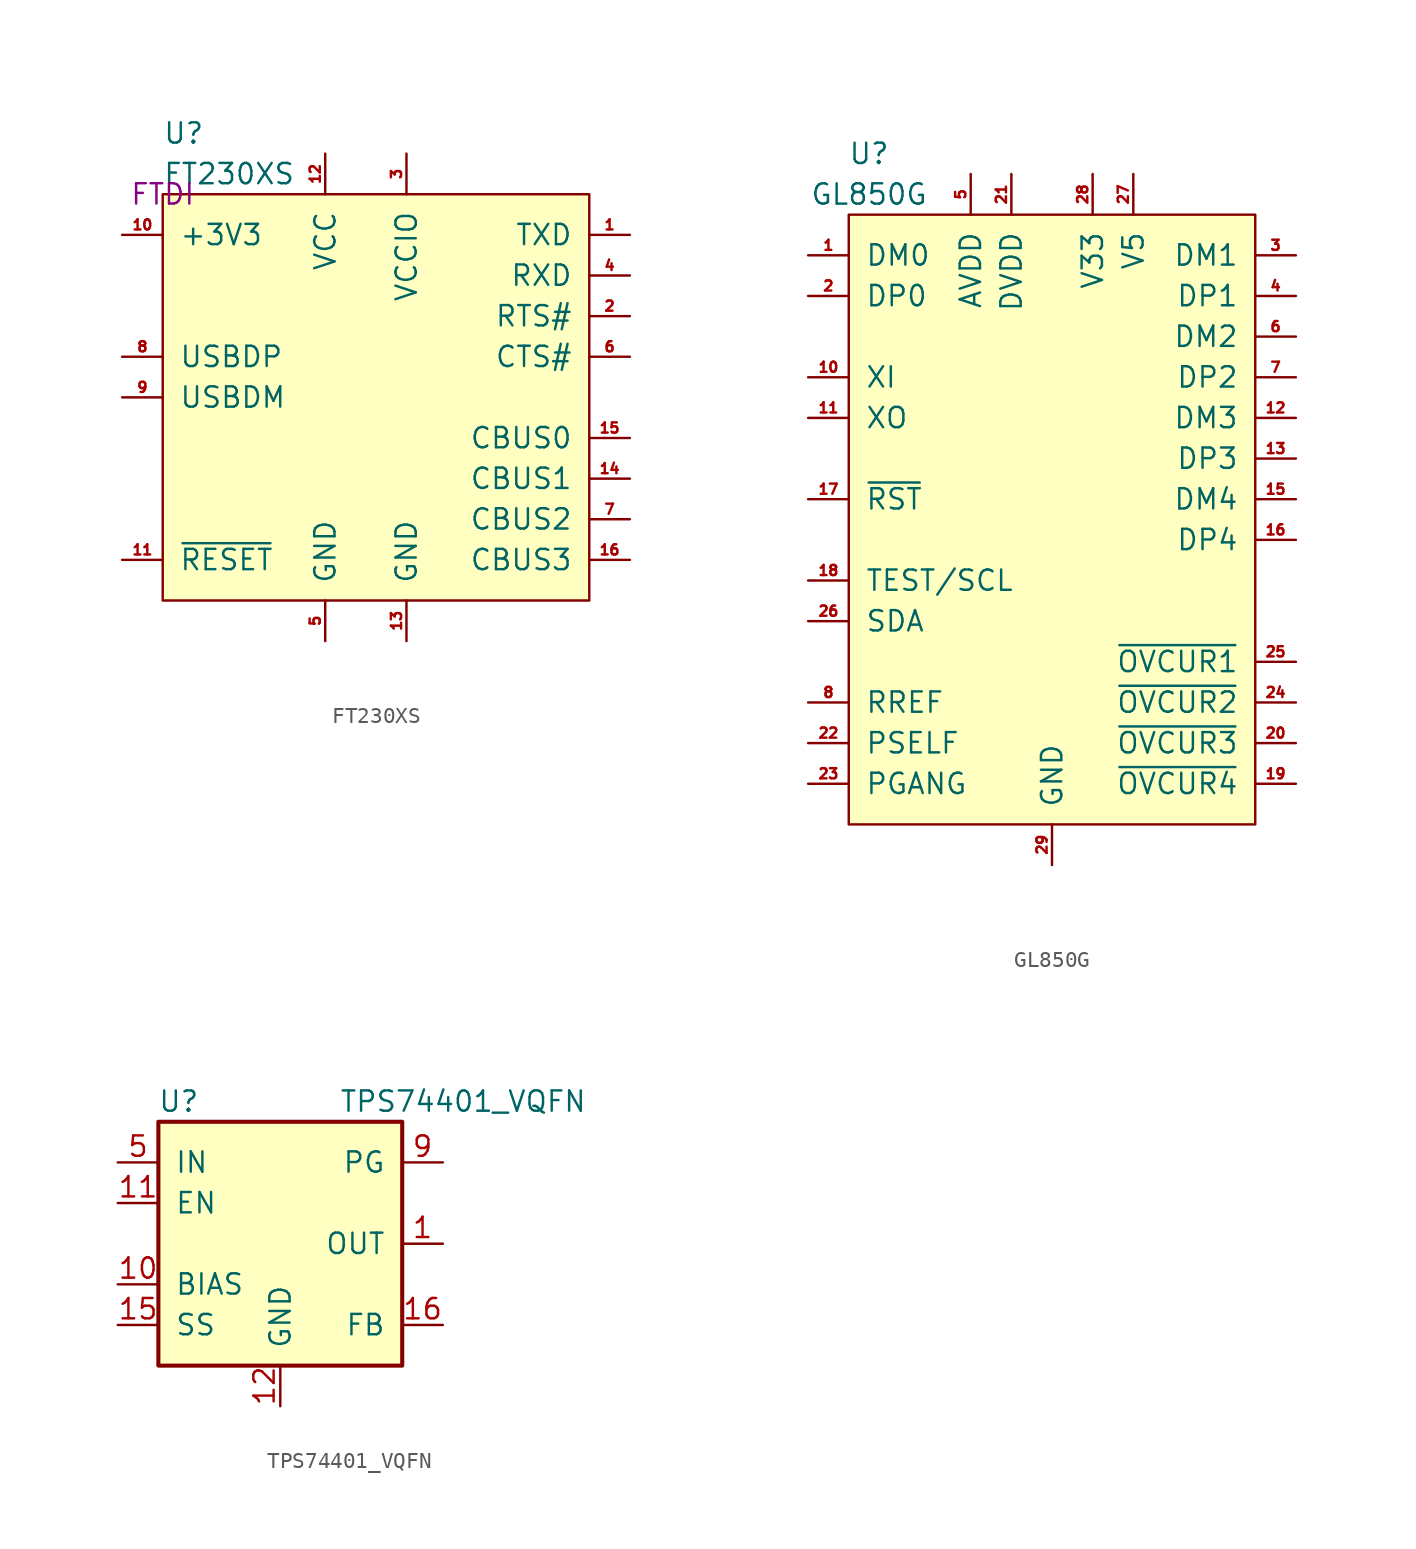
<source format=kicad_sym>
(kicad_symbol_lib
  (version 20211014)
  (generator kicad_symbol_editor)
  (symbol "FT230XS"
    (pin_names
      (offset 1.016))
    (property "Reference" "U"
      (at 0 3.81 0)
      (effects (font (size 1.27 1.27)) (justify left)))
    (property "Value" "FT230XS"
      (at 0 1.27 0)
      (effects (font (size 1.27 1.27)) (justify left)))
    (property "MFR" "FTDI"
      (at 0 0 0)
      (effects (font (size 1.27 1.27))))
    (symbol "FT230XS_0_1"
      (rectangle (start 0 0) (end 26.67 -25.4) (stroke (width 0) (type default) (color 0 0 0 0)) (fill (type background))))
    (symbol "FT230XS_1_1"
      (pin output line (at 29.21 -2.54 180) (length 2.54) (name "TXD" (effects (font (size 1.27 1.27)))) (number "1" (effects (font (size 0.635 0.635)))))
      (pin power_out line (at -2.54 -2.54 0) (length 2.54) (name "+3V3" (effects (font (size 1.27 1.27)))) (number "10" (effects (font (size 0.635 0.635)))))
      (pin input line (at -2.54 -22.86 0) (length 2.54) (name "~{RESET}" (effects (font (size 1.27 1.27)))) (number "11" (effects (font (size 0.635 0.635)))))
      (pin power_in line (at 10.16 2.54 270) (length 2.54) (name "VCC" (effects (font (size 1.27 1.27)))) (number "12" (effects (font (size 0.635 0.635)))))
      (pin power_in line (at 15.24 -27.94 90) (length 2.54) (name "GND" (effects (font (size 1.27 1.27)))) (number "13" (effects (font (size 0.635 0.635)))))
      (pin bidirectional line (at 29.21 -17.78 180) (length 2.54) (name "CBUS1" (effects (font (size 1.27 1.27)))) (number "14" (effects (font (size 0.635 0.635)))))
      (pin bidirectional line (at 29.21 -15.24 180) (length 2.54) (name "CBUS0" (effects (font (size 1.27 1.27)))) (number "15" (effects (font (size 0.635 0.635)))))
      (pin bidirectional line (at 29.21 -22.86 180) (length 2.54) (name "CBUS3" (effects (font (size 1.27 1.27)))) (number "16" (effects (font (size 0.635 0.635)))))
      (pin output line (at 29.21 -7.62 180) (length 2.54) (name "RTS#" (effects (font (size 1.27 1.27)))) (number "2" (effects (font (size 0.635 0.635)))))
      (pin power_in line (at 15.24 2.54 270) (length 2.54) (name "VCCIO" (effects (font (size 1.27 1.27)))) (number "3" (effects (font (size 0.635 0.635)))))
      (pin input line (at 29.21 -5.08 180) (length 2.54) (name "RXD" (effects (font (size 1.27 1.27)))) (number "4" (effects (font (size 0.635 0.635)))))
      (pin power_in line (at 10.16 -27.94 90) (length 2.54) (name "GND" (effects (font (size 1.27 1.27)))) (number "5" (effects (font (size 0.635 0.635)))))
      (pin input line (at 29.21 -10.16 180) (length 2.54) (name "CTS#" (effects (font (size 1.27 1.27)))) (number "6" (effects (font (size 0.635 0.635)))))
      (pin bidirectional line (at 29.21 -20.32 180) (length 2.54) (name "CBUS2" (effects (font (size 1.27 1.27)))) (number "7" (effects (font (size 0.635 0.635)))))
      (pin bidirectional line (at -2.54 -10.16 0) (length 2.54) (name "USBDP" (effects (font (size 1.27 1.27)))) (number "8" (effects (font (size 0.635 0.635)))))
      (pin bidirectional line (at -2.54 -12.7 0) (length 2.54) (name "USBDM" (effects (font (size 1.27 1.27)))) (number "9" (effects (font (size 0.635 0.635)))))))
  (symbol "GL850G"
    (pin_names
      (offset 1.016))
    (property "Reference" "U"
      (at 1.27 3.81 0)
      (effects (font (size 1.27 1.27))))
    (property "Value" "GL850G"
      (at 1.27 1.27 0)
      (effects (font (size 1.27 1.27))))
    (symbol "GL850G_0_1"
      (rectangle (start 0 0) (end 25.4 -38.1) (stroke (width 0) (type default) (color 0 0 0 0)) (fill (type background))))
    (symbol "GL850G_1_1"
      (pin bidirectional line (at -2.54 -2.54 0) (length 2.54) (name "DM0" (effects (font (size 1.27 1.27)))) (number "1" (effects (font (size 0.635 0.635)))))
      (pin input line (at -2.54 -10.16 0) (length 2.54) (name "XI" (effects (font (size 1.27 1.27)))) (number "10" (effects (font (size 0.635 0.635)))))
      (pin output line (at -2.54 -12.7 0) (length 2.54) (name "XO" (effects (font (size 1.27 1.27)))) (number "11" (effects (font (size 0.635 0.635)))))
      (pin bidirectional line (at 27.94 -12.7 180) (length 2.54) (name "DM3" (effects (font (size 1.27 1.27)))) (number "12" (effects (font (size 0.635 0.635)))))
      (pin bidirectional line (at 27.94 -15.24 180) (length 2.54) (name "DP3" (effects (font (size 1.27 1.27)))) (number "13" (effects (font (size 0.635 0.635)))))
      (pin passive line (at 7.62 2.54 270) (length 2.54) hide (name "AVDD" (effects (font (size 1.27 1.27)))) (number "14" (effects (font (size 0.635 0.635)))))
      (pin bidirectional line (at 27.94 -17.78 180) (length 2.54) (name "DM4" (effects (font (size 1.27 1.27)))) (number "15" (effects (font (size 0.635 0.635)))))
      (pin bidirectional line (at 27.94 -20.32 180) (length 2.54) (name "DP4" (effects (font (size 1.27 1.27)))) (number "16" (effects (font (size 0.635 0.635)))))
      (pin input line (at -2.54 -17.78 0) (length 2.54) (name "~{RST}" (effects (font (size 1.27 1.27)))) (number "17" (effects (font (size 0.635 0.635)))))
      (pin bidirectional line (at -2.54 -22.86 0) (length 2.54) (name "TEST/SCL" (effects (font (size 1.27 1.27)))) (number "18" (effects (font (size 0.635 0.635)))))
      (pin input line (at 27.94 -35.56 180) (length 2.54) (name "~{OVCUR4}" (effects (font (size 1.27 1.27)))) (number "19" (effects (font (size 0.635 0.635)))))
      (pin bidirectional line (at -2.54 -5.08 0) (length 2.54) (name "DP0" (effects (font (size 1.27 1.27)))) (number "2" (effects (font (size 0.635 0.635)))))
      (pin input line (at 27.94 -33.02 180) (length 2.54) (name "~{OVCUR3}" (effects (font (size 1.27 1.27)))) (number "20" (effects (font (size 0.635 0.635)))))
      (pin power_in line (at 10.16 2.54 270) (length 2.54) (name "DVDD" (effects (font (size 1.27 1.27)))) (number "21" (effects (font (size 0.635 0.635)))))
      (pin input line (at -2.54 -33.02 0) (length 2.54) (name "PSELF" (effects (font (size 1.27 1.27)))) (number "22" (effects (font (size 0.635 0.635)))))
      (pin bidirectional line (at -2.54 -35.56 0) (length 2.54) (name "PGANG" (effects (font (size 1.27 1.27)))) (number "23" (effects (font (size 0.635 0.635)))))
      (pin input line (at 27.94 -30.48 180) (length 2.54) (name "~{OVCUR2}" (effects (font (size 1.27 1.27)))) (number "24" (effects (font (size 0.635 0.635)))))
      (pin input line (at 27.94 -27.94 180) (length 2.54) (name "~{OVCUR1}" (effects (font (size 1.27 1.27)))) (number "25" (effects (font (size 0.635 0.635)))))
      (pin bidirectional line (at -2.54 -25.4 0) (length 2.54) (name "SDA" (effects (font (size 1.27 1.27)))) (number "26" (effects (font (size 0.635 0.635)))))
      (pin power_in line (at 17.78 2.54 270) (length 2.54) (name "V5" (effects (font (size 1.27 1.27)))) (number "27" (effects (font (size 0.635 0.635)))))
      (pin power_in line (at 15.24 2.54 270) (length 2.54) (name "V33" (effects (font (size 1.27 1.27)))) (number "28" (effects (font (size 0.635 0.635)))))
      (pin power_in line (at 12.7 -40.64 90) (length 2.54) (name "GND" (effects (font (size 1.27 1.27)))) (number "29" (effects (font (size 0.635 0.635)))))
      (pin bidirectional line (at 27.94 -2.54 180) (length 2.54) (name "DM1" (effects (font (size 1.27 1.27)))) (number "3" (effects (font (size 0.635 0.635)))))
      (pin bidirectional line (at 27.94 -5.08 180) (length 2.54) (name "DP1" (effects (font (size 1.27 1.27)))) (number "4" (effects (font (size 0.635 0.635)))))
      (pin power_in line (at 7.62 2.54 270) (length 2.54) (name "AVDD" (effects (font (size 1.27 1.27)))) (number "5" (effects (font (size 0.635 0.635)))))
      (pin bidirectional line (at 27.94 -7.62 180) (length 2.54) (name "DM2" (effects (font (size 1.27 1.27)))) (number "6" (effects (font (size 0.635 0.635)))))
      (pin bidirectional line (at 27.94 -10.16 180) (length 2.54) (name "DP2" (effects (font (size 1.27 1.27)))) (number "7" (effects (font (size 0.635 0.635)))))
      (pin passive line (at -2.54 -30.48 0) (length 2.54) (name "RREF" (effects (font (size 1.27 1.27)))) (number "8" (effects (font (size 0.635 0.635)))))
      (pin passive line (at 7.62 2.54 270) (length 2.54) hide (name "AVDD" (effects (font (size 1.27 1.27)))) (number "9" (effects (font (size 0.635 0.635)))))))
  (symbol "TPS74401_VQFN"
    (pin_names
      (offset 1.016))
    (property "Reference" "U"
      (at 1.27 1.27 0)
      (effects (font (size 1.27 1.27))))
    (property "Value" "TPS74401_VQFN"
      (at 19.05 1.27 0)
      (effects (font (size 1.27 1.27))))
    (symbol "TPS74401_VQFN_0_1"
      (rectangle (start 0 0) (end 15.24 -15.24) (stroke (width 0.254) (type default) (color 0 0 0 0)) (fill (type background))))
    (symbol "TPS74401_VQFN_1_1"
      (pin power_out line (at 17.78 -7.62 180) (length 2.54) (name "OUT" (effects (font (size 1.27 1.27)))) (number "1" (effects (font (size 1.27 1.27)))))
      (pin input line (at -2.54 -10.16 0) (length 2.54) (name "BIAS" (effects (font (size 1.27 1.27)))) (number "10" (effects (font (size 1.27 1.27)))))
      (pin input line (at -2.54 -5.08 0) (length 2.54) (name "EN" (effects (font (size 1.27 1.27)))) (number "11" (effects (font (size 1.27 1.27)))))
      (pin power_in line (at 7.62 -17.78 90) (length 2.54) (name "GND" (effects (font (size 1.27 1.27)))) (number "12" (effects (font (size 1.27 1.27)))))
      (pin no_connect line (at 10.16 -17.78 90) (length 2.54) hide (name "NC" (effects (font (size 1.27 1.27)))) (number "13" (effects (font (size 1.27 1.27)))))
      (pin no_connect line (at 17.78 -10.16 180) (length 2.54) hide (name "NC" (effects (font (size 1.27 1.27)))) (number "14" (effects (font (size 1.27 1.27)))))
      (pin input line (at -2.54 -12.7 0) (length 2.54) (name "SS" (effects (font (size 1.27 1.27)))) (number "15" (effects (font (size 1.27 1.27)))))
      (pin input line (at 17.78 -12.7 180) (length 2.54) (name "FB" (effects (font (size 1.27 1.27)))) (number "16" (effects (font (size 1.27 1.27)))))
      (pin no_connect line (at 17.78 -5.08 180) (length 2.54) hide (name "NC" (effects (font (size 1.27 1.27)))) (number "17" (effects (font (size 1.27 1.27)))))
      (pin passive line (at 17.78 -7.62 180) (length 2.54) hide (name "OUT" (effects (font (size 1.27 1.27)))) (number "18" (effects (font (size 1.27 1.27)))))
      (pin passive line (at 17.78 -7.62 180) (length 2.54) hide (name "OUT" (effects (font (size 1.27 1.27)))) (number "19" (effects (font (size 1.27 1.27)))))
      (pin no_connect line (at 5.08 2.54 270) (length 2.54) hide (name "NC" (effects (font (size 1.27 1.27)))) (number "2" (effects (font (size 1.27 1.27)))))
      (pin passive line (at 17.78 -7.62 180) (length 2.54) hide (name "OUT" (effects (font (size 1.27 1.27)))) (number "20" (effects (font (size 1.27 1.27)))))
      (pin power_in line (at 7.62 -17.78 90) (length 2.54) hide (name "GND" (effects (font (size 1.27 1.27)))) (number "21" (effects (font (size 1.27 1.27)))))
      (pin no_connect line (at 7.62 2.54 270) (length 2.54) hide (name "NC" (effects (font (size 1.27 1.27)))) (number "3" (effects (font (size 1.27 1.27)))))
      (pin no_connect line (at 10.16 2.54 270) (length 2.54) hide (name "NC" (effects (font (size 1.27 1.27)))) (number "4" (effects (font (size 1.27 1.27)))))
      (pin power_in line (at -2.54 -2.54 0) (length 2.54) (name "IN" (effects (font (size 1.27 1.27)))) (number "5" (effects (font (size 1.27 1.27)))))
      (pin passive line (at -2.54 -2.54 0) (length 2.54) hide (name "IN" (effects (font (size 1.27 1.27)))) (number "6" (effects (font (size 1.27 1.27)))))
      (pin passive line (at -2.54 -2.54 0) (length 2.54) hide (name "IN" (effects (font (size 1.27 1.27)))) (number "7" (effects (font (size 1.27 1.27)))))
      (pin passive line (at -2.54 -2.54 0) (length 2.54) hide (name "IN" (effects (font (size 1.27 1.27)))) (number "8" (effects (font (size 1.27 1.27)))))
      (pin output line (at 17.78 -2.54 180) (length 2.54) (name "PG" (effects (font (size 1.27 1.27)))) (number "9" (effects (font (size 1.27 1.27))))))))
</source>
